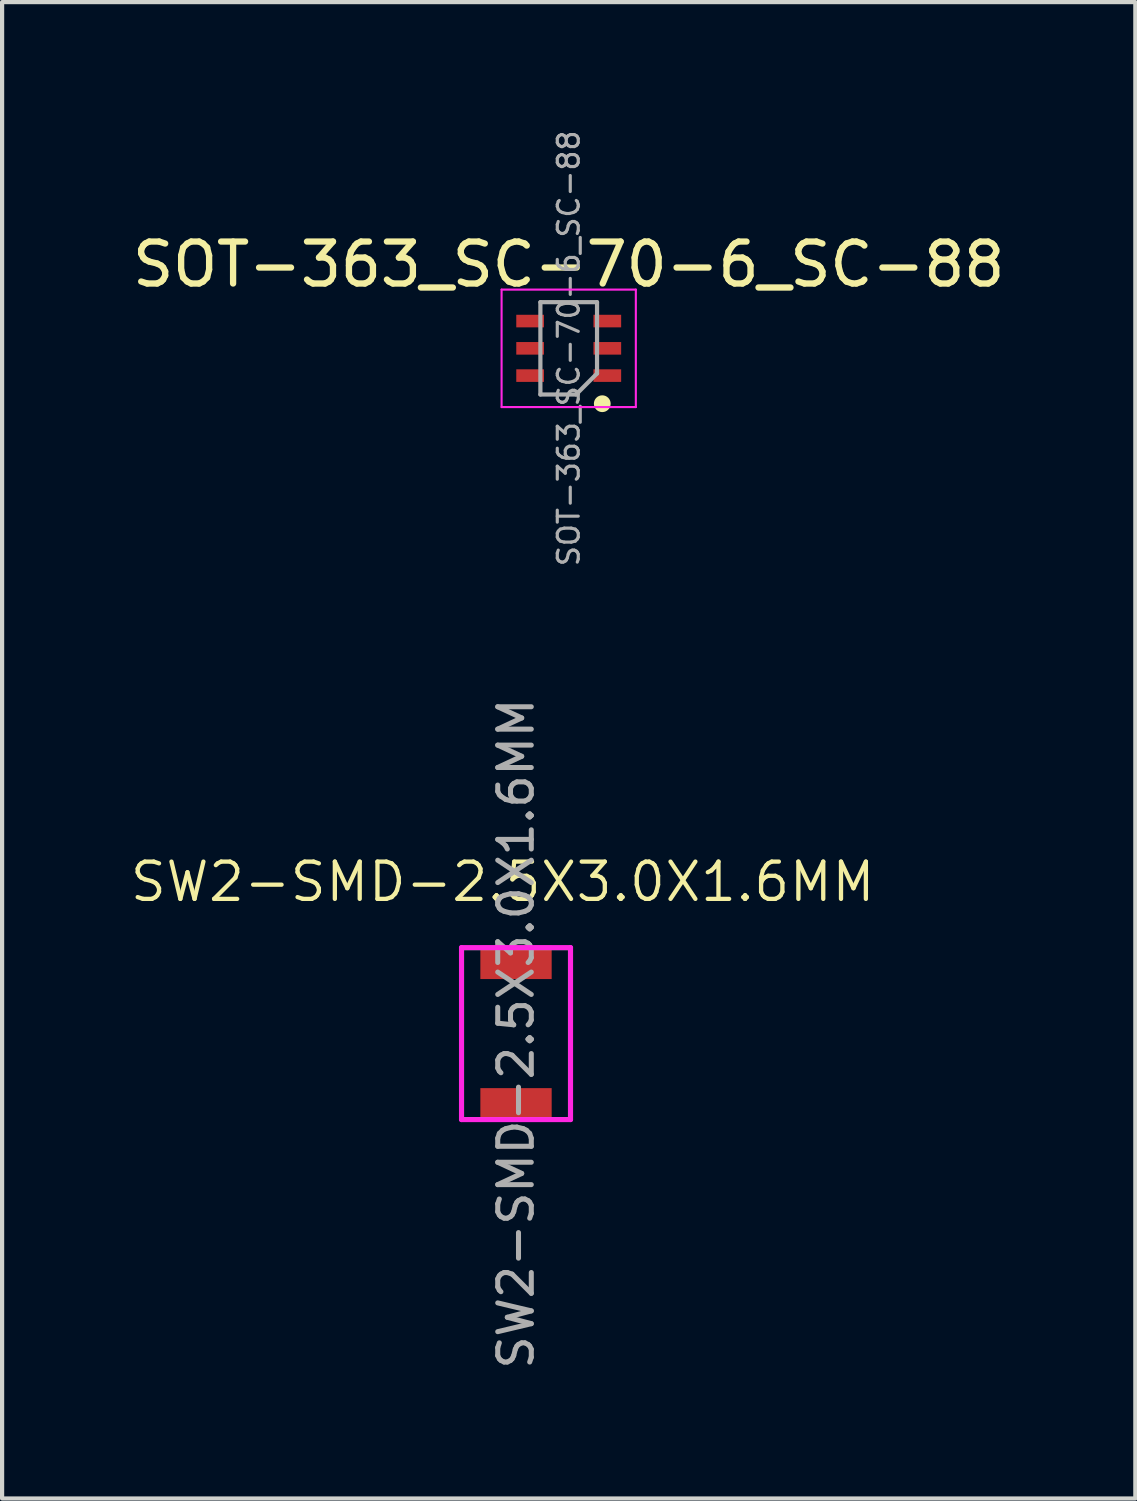
<source format=kicad_pcb>
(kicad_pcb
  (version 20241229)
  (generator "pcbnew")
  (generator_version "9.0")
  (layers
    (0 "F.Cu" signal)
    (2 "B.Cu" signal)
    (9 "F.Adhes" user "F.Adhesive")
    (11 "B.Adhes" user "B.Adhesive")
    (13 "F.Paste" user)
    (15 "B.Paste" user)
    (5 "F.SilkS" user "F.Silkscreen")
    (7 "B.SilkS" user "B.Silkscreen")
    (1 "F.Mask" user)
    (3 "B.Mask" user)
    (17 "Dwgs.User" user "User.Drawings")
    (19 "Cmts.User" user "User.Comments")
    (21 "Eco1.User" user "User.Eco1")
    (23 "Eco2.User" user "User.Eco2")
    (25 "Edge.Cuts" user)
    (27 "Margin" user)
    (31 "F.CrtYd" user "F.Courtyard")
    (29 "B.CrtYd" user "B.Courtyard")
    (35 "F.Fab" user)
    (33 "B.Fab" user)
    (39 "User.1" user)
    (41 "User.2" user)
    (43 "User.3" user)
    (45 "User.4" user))
  (footprint "SW2-SMD-2.5X3.0X1.6MM"
    (layer "F.Cu")
    (at 9.25 21.587)
    (property "Reference" "SW2-SMD-2.5X3.0X1.6MM" (at -0.318 -3.617 0) (layer "F.SilkS") (effects (font (size 0.889 0.889) (thickness 0.102))))
    (attr smd)
    (fp_line (start -1.3 -2.05) (end -1.3 2.05) (stroke (width 0.12) (type solid)) (layer "F.CrtYd"))
    (fp_line (start -1.3 2.05) (end 1.3 2.05) (stroke (width 0.12) (type solid)) (layer "F.CrtYd"))
    (fp_line (start 1.3 -2.05) (end -1.3 -2.05) (stroke (width 0.12) (type solid)) (layer "F.CrtYd"))
    (fp_line (start 1.3 2.05) (end 1.3 -2.05) (stroke (width 0.12) (type solid)) (layer "F.CrtYd"))
    (fp_line (start -1.25 -2) (end 1.25 -2) (stroke (width 0.025) (type solid)) (layer "F.Fab"))
    (fp_line (start -1.25 2) (end -1.25 -2) (stroke (width 0.025) (type solid)) (layer "F.Fab"))
    (fp_line (start 1.25 -2) (end 1.25 2) (stroke (width 0.025) (type solid)) (layer "F.Fab"))
    (fp_line (start 1.25 2) (end -1.25 2) (stroke (width 0.025) (type solid)) (layer "F.Fab"))
    (fp_text user "${REFERENCE}" (at 0 0 90) (layer "F.Fab") (effects (font (size 0.8 0.8) (thickness 0.12))))
    (pad "1" smd rect (at 0 1.7 90) (size 0.8 1.7) (layers "F.Cu" "F.Mask" "F.Paste"))
    (pad "2" smd rect (at 0 -1.7 90) (size 0.8 1.7) (layers "F.Cu" "F.Mask" "F.Paste")))
  (footprint "SOT-363_SC-70-6_SC-88"
    (layer "F.Cu")
    (at 10.506 5.253)
    (property "Reference" "SOT-363_SC-70-6_SC-88" (at 0 -2 0) (layer "F.SilkS") (effects (font (size 1 1) (thickness 0.15))))
    (attr smd)
    (fp_circle (center 0.8 1.32) (end 0.7 1.32) (stroke (width 0.2) (type solid)) (fill no) (layer "F.SilkS"))
    (fp_line (start -1.6 -1.4) (end -1.6 1.4) (stroke (width 0.05) (type solid)) (layer "F.CrtYd"))
    (fp_line (start 1.6 -1.4) (end -1.6 -1.4) (stroke (width 0.05) (type solid)) (layer "F.CrtYd"))
    (fp_line (start 1.6 1.4) (end -1.6 1.4) (stroke (width 0.05) (type solid)) (layer "F.CrtYd"))
    (fp_line (start 1.6 1.4) (end 1.6 -1.4) (stroke (width 0.05) (type solid)) (layer "F.CrtYd"))
    (fp_line (start -0.675 -1.1) (end 0.675 -1.1) (stroke (width 0.1) (type solid)) (layer "F.Fab"))
    (fp_line (start -0.675 1.1) (end -0.675 -1.1) (stroke (width 0.1) (type solid)) (layer "F.Fab"))
    (fp_line (start -0.675 1.1) (end 0.175 1.1) (stroke (width 0.1) (type solid)) (layer "F.Fab"))
    (fp_line (start 0.175 1.1) (end 0.675 0.6) (stroke (width 0.1) (type solid)) (layer "F.Fab"))
    (fp_line (start 0.675 0.6) (end 0.675 -1.1) (stroke (width 0.1) (type solid)) (layer "F.Fab"))
    (fp_text user "${REFERENCE}" (at 0 0 270) (layer "F.Fab") (effects (font (size 0.5 0.5) (thickness 0.075))))
    (pad "1" smd rect (at 0.92 0.65 180) (size 0.66 0.3) (layers "F.Cu" "F.Mask" "F.Paste"))
    (pad "2" smd rect (at 0.92 0 180) (size 0.66 0.3) (layers "F.Cu" "F.Mask" "F.Paste"))
    (pad "3" smd rect (at 0.92 -0.65 180) (size 0.66 0.3) (layers "F.Cu" "F.Mask" "F.Paste"))
    (pad "4" smd rect (at -0.92 -0.65 180) (size 0.66 0.3) (layers "F.Cu" "F.Mask" "F.Paste"))
    (pad "5" smd rect (at -0.92 0 180) (size 0.66 0.3) (layers "F.Cu" "F.Mask" "F.Paste"))
    (pad "6" smd rect (at -0.92 0.65 180) (size 0.66 0.3) (layers "F.Cu" "F.Mask" "F.Paste")))
  (gr_rect
    (start -3 -3)
    (end 24.012 32.668)
    (stroke (width 0.1) (type default))
    (fill no)
    (layer "Edge.Cuts")))
</source>
